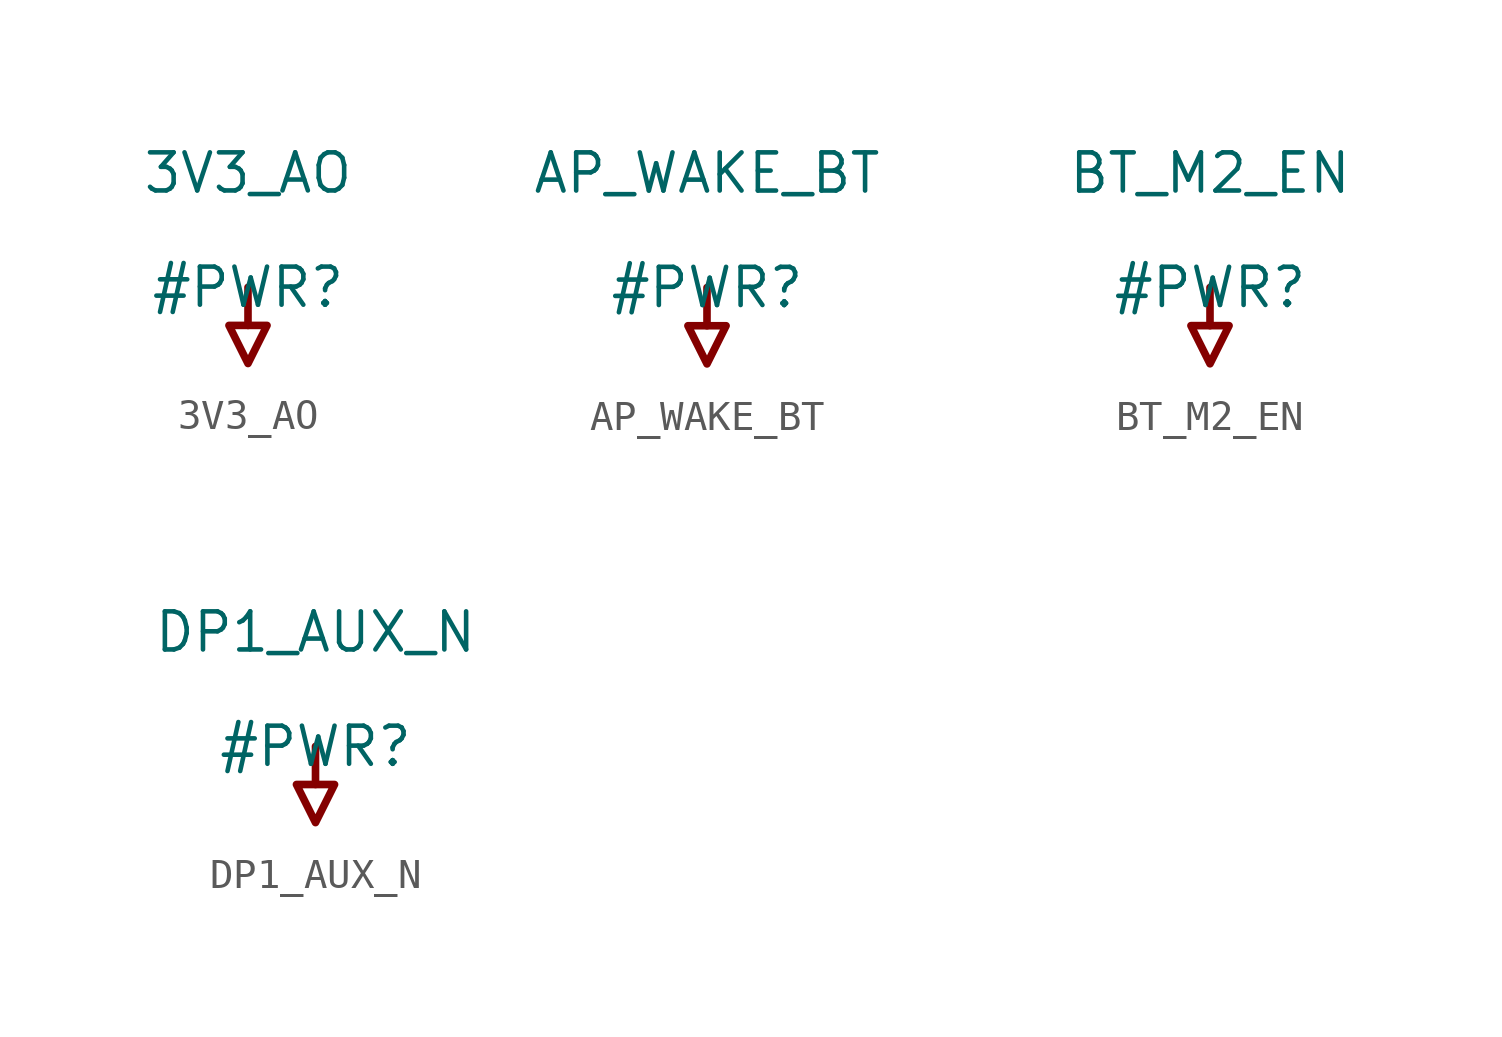
<source format=kicad_sym>
(kicad_symbol_lib
  (version 20220914)
  (generator kicad_symbol_editor)
  (symbol "3V3_AO"
    (power)
    (property "Reference" "#PWR"
      (at 0 0 0)
      (effects (font (size 1.27 1.27))))
    (property "Value" "3V3_AO"
      (at 0 3.81 0)
      (effects (font (size 1.27 1.27))))
    (symbol "3V3_AO_0_0"
      (polyline (pts (xy 0 0) (xy 0 -1.27)) (stroke (width 0.254) (type solid)) (fill (type none)))
      (polyline (pts (xy -0.635 -1.27) (xy 0.635 -1.27) (xy 0 -2.54) (xy -0.635 -1.27)) (stroke (width 0.254) (type solid)) (fill (type none)))
      (pin power_in line (at 0 0 0) (length 0) hide (name "3V3_AO" (effects (font (size 1.27 1.27)))) (number "" (effects (font (size 1.27 1.27)))))))
  (symbol "AP_WAKE_BT"
    (power)
    (property "Reference" "#PWR"
      (at 0 0 0)
      (effects (font (size 1.27 1.27))))
    (property "Value" "AP_WAKE_BT"
      (at 0 3.81 0)
      (effects (font (size 1.27 1.27))))
    (symbol "AP_WAKE_BT_0_0"
      (polyline (pts (xy 0 0) (xy 0 -1.27)) (stroke (width 0.254) (type solid)) (fill (type none)))
      (polyline (pts (xy -0.635 -1.27) (xy 0.635 -1.27) (xy 0 -2.54) (xy -0.635 -1.27)) (stroke (width 0.254) (type solid)) (fill (type none)))
      (pin power_in line (at 0 0 0) (length 0) hide (name "AP_WAKE_BT" (effects (font (size 1.27 1.27)))) (number "" (effects (font (size 1.27 1.27)))))))
  (symbol "BT_M2_EN"
    (power)
    (property "Reference" "#PWR"
      (at 0 0 0)
      (effects (font (size 1.27 1.27))))
    (property "Value" "BT_M2_EN"
      (at 0 3.81 0)
      (effects (font (size 1.27 1.27))))
    (symbol "BT_M2_EN_0_0"
      (polyline (pts (xy 0 0) (xy 0 -1.27)) (stroke (width 0.254) (type solid)) (fill (type none)))
      (polyline (pts (xy -0.635 -1.27) (xy 0.635 -1.27) (xy 0 -2.54) (xy -0.635 -1.27)) (stroke (width 0.254) (type solid)) (fill (type none)))
      (pin power_in line (at 0 0 0) (length 0) hide (name "BT_M2_EN" (effects (font (size 1.27 1.27)))) (number "" (effects (font (size 1.27 1.27)))))))
  (symbol "DP1_AUX_N"
    (power)
    (property "Reference" "#PWR"
      (at 0 0 0)
      (effects (font (size 1.27 1.27))))
    (property "Value" "DP1_AUX_N"
      (at 0 3.81 0)
      (effects (font (size 1.27 1.27))))
    (symbol "DP1_AUX_N_0_0"
      (polyline (pts (xy 0 0) (xy 0 -1.27)) (stroke (width 0.254) (type solid)) (fill (type none)))
      (polyline (pts (xy -0.635 -1.27) (xy 0.635 -1.27) (xy 0 -2.54) (xy -0.635 -1.27)) (stroke (width 0.254) (type solid)) (fill (type none)))
      (pin power_in line (at 0 0 0) (length 0) hide (name "DP1_AUX_N" (effects (font (size 1.27 1.27)))) (number "" (effects (font (size 1.27 1.27))))))))
</source>
